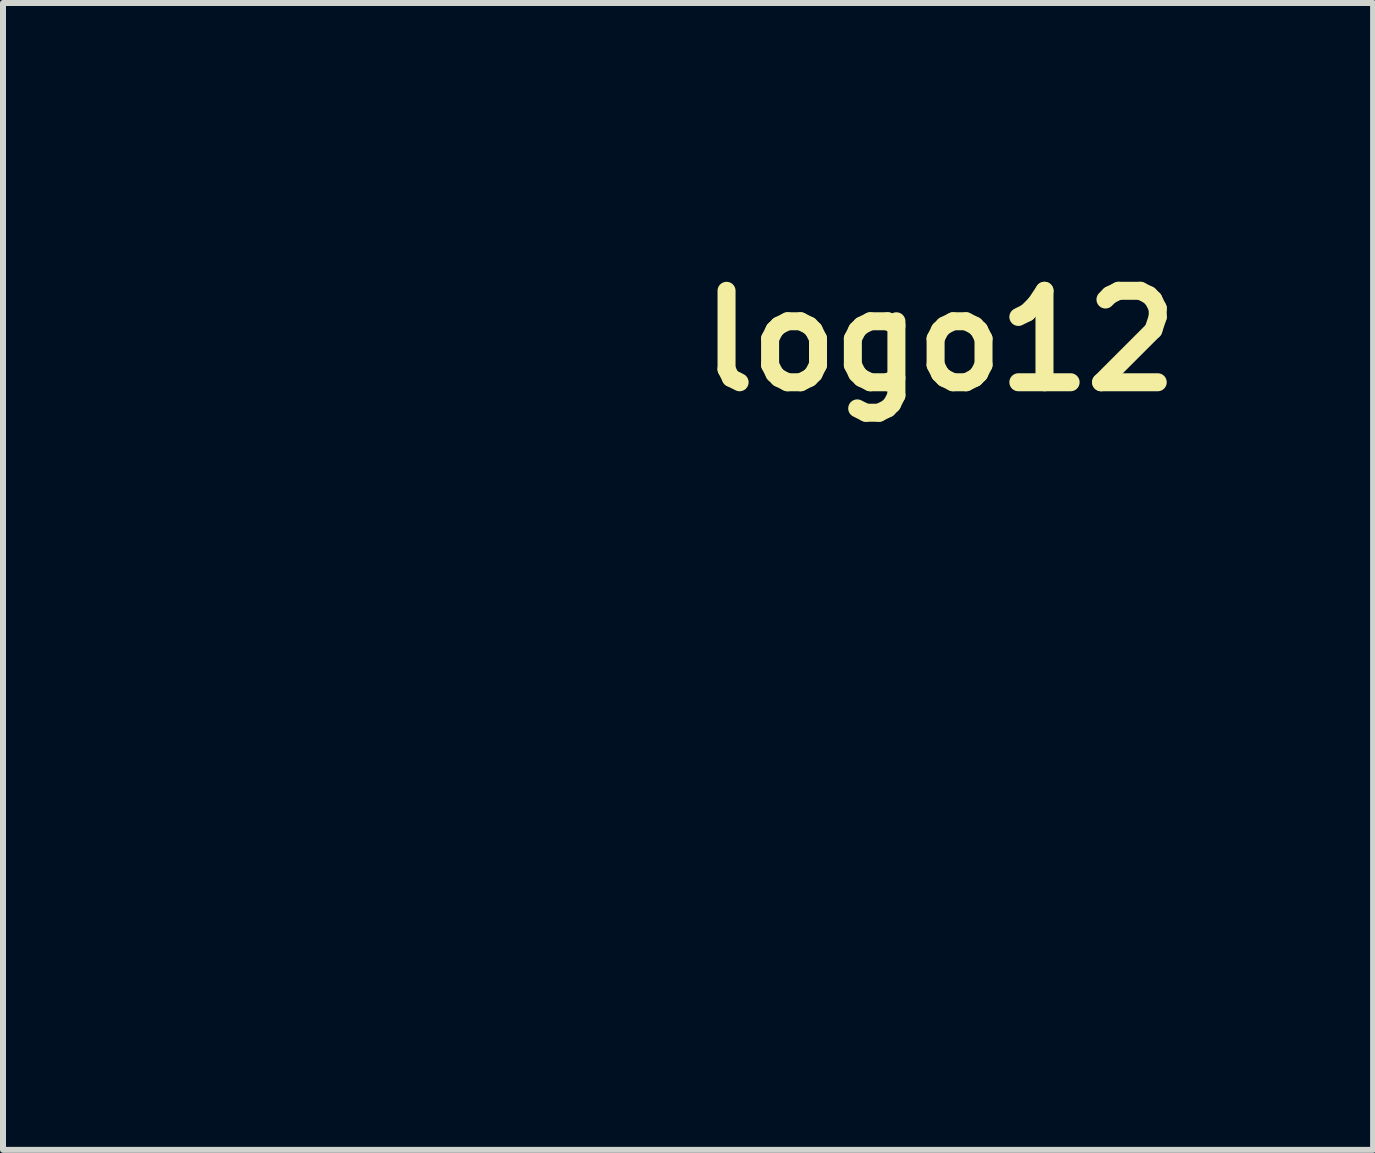
<source format=kicad_pcb>
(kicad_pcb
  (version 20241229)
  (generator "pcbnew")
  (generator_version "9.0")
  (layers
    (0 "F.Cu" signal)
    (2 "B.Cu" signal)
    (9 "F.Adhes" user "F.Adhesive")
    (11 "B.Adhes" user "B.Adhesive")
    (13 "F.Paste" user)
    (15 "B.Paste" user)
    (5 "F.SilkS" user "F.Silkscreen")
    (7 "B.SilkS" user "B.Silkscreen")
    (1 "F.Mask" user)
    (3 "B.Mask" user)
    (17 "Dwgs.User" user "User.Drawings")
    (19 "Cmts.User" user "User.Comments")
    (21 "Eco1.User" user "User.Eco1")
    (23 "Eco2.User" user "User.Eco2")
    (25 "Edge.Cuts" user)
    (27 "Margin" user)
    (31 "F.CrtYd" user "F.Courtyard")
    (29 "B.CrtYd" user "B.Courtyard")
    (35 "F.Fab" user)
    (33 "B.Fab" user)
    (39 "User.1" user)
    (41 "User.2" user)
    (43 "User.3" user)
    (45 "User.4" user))
  (footprint "logo12"
    (layer "F.Cu")
    (at 4.462 6.555)
    (property "Reference" "logo12" (at 8.15 -3.925 0) (layer "F.SilkS") (effects (font (size 1.524 1.524) (thickness 0.3))))
    (attr board_only exclude_from_pos_files exclude_from_bom)
    (fp_poly (pts (xy -0.599 1.303) (xy -0.605 1.326) (xy -0.625 1.329) (xy -0.657 1.314) (xy -0.651 1.303) (xy -0.605 1.298)) (stroke (width 0) (type solid)) (fill yes) (layer "F.Mask"))
    (fp_poly (pts (xy -0.245 -1.86) (xy -0.257 -1.842) (xy -0.296 -1.84) (xy -0.338 -1.849) (xy -0.32 -1.863) (xy -0.259 -1.868)) (stroke (width 0) (type solid)) (fill yes) (layer "F.Mask"))
    (fp_poly (pts (xy -1.277 -2.516) (xy -1.29 -2.507) (xy -1.372 -2.47) (xy -1.474 -2.445) (xy -1.569 -2.434) (xy -1.631 -2.443) (xy -1.641 -2.457) (xy -1.608 -2.489) (xy -1.534 -2.501) (xy -1.411 -2.51) (xy -1.329 -2.524) (xy -1.268 -2.533)) (stroke (width 0) (type solid)) (fill yes) (layer "F.Mask"))
    (fp_poly (pts (xy -0.508 -1.832) (xy -0.423 -1.828) (xy -0.411 -1.819) (xy -0.464 -1.799) (xy -0.469 -1.798) (xy -0.587 -1.771) (xy -0.664 -1.763) (xy -0.727 -1.766) (xy -0.719 -1.787) (xy -0.703 -1.798) (xy -0.625 -1.823) (xy -0.516 -1.832)) (stroke (width 0) (type solid)) (fill yes) (layer "F.Mask"))
    (fp_poly (pts (xy -1.237 -4.086) (xy -1.235 -4.08) (xy -1.214 -3.967) (xy -1.216 -3.828) (xy -1.238 -3.706) (xy -1.252 -3.671) (xy -1.314 -3.605) (xy -1.377 -3.609) (xy -1.42 -3.682) (xy -1.43 -3.79) (xy -1.422 -3.867) (xy -1.399 -3.983) (xy -1.384 -4.054) (xy -1.345 -4.125) (xy -1.287 -4.138)) (stroke (width 0) (type solid)) (fill yes) (layer "F.Mask"))
    (fp_poly (pts (xy 1.232 2.235) (xy 1.216 2.269) (xy 1.156 2.339) (xy 1.07 2.43) (xy 0.973 2.527) (xy 0.88 2.614) (xy 0.807 2.676) (xy 0.771 2.696) (xy 0.758 2.67) (xy 0.77 2.642) (xy 0.815 2.587) (xy 0.895 2.507) (xy 0.992 2.417) (xy 1.092 2.331) (xy 1.175 2.266) (xy 1.225 2.235)) (stroke (width 0) (type solid)) (fill yes) (layer "F.Mask"))
    (fp_poly (pts (xy -0.49 -6.526) (xy -0.423 -6.478) (xy -0.348 -6.396) (xy -0.257 -6.268) (xy -0.142 -6.086) (xy -0.084 -6.015) (xy -0.006 -5.984) (xy 0.089 -5.977) (xy 0.256 -5.962) (xy 0.491 -5.92) (xy 0.795 -5.848) (xy 0.841 -5.837) (xy 0.924 -5.85) (xy 1.032 -5.928) (xy 1.056 -5.951) (xy 1.186 -6.069) (xy 1.3 -6.152) (xy 1.383 -6.192) (xy 1.42 -6.187) (xy 1.432 -6.138) (xy 1.441 -6.032) (xy 1.446 -5.889) (xy 1.446 -5.852) (xy 1.446 -5.544) (xy 1.69 -5.302) (xy 1.822 -5.158) (xy 1.947 -5) (xy 2.041 -4.856) (xy 2.052 -4.836) (xy 2.118 -4.72) (xy 2.177 -4.639) (xy 2.213 -4.611) (xy 2.275 -4.625) (xy 2.374 -4.66) (xy 2.397 -4.67) (xy 2.497 -4.708) (xy 2.567 -4.727) (xy 2.575 -4.728) (xy 2.622 -4.693) (xy 2.638 -4.588) (xy 2.623 -4.416) (xy 2.599 -4.286) (xy 2.538 -3.991) (xy 2.754 -3.549) (xy 2.836 -3.377) (xy 2.904 -3.229) (xy 2.95 -3.121) (xy 2.97 -3.065) (xy 2.97 -3.064) (xy 3.005 -3.041) (xy 3.113 -3.034) (xy 3.263 -3.039) (xy 3.413 -3.047) (xy 3.5 -3.045) (xy 3.543 -3.03) (xy 3.555 -2.999) (xy 3.556 -2.985) (xy 3.536 -2.906) (xy 3.486 -2.801) (xy 3.47 -2.774) (xy 3.377 -2.625) (xy 3.318 -2.512) (xy 3.291 -2.414) (xy 3.295 -2.311) (xy 3.326 -2.179) (xy 3.384 -1.998) (xy 3.395 -1.964) (xy 3.449 -1.795) (xy 3.497 -1.638) (xy 3.529 -1.52) (xy 3.536 -1.49) (xy 3.564 -1.358) (xy 3.746 -1.387) (xy 3.937 -1.414) (xy 4.06 -1.414) (xy 4.121 -1.38) (xy 4.127 -1.303) (xy 4.084 -1.174) (xy 4.012 -1.013) (xy 3.878 -0.727) (xy 3.968 -0.491) (xy 4.032 -0.328) (xy 4.101 -0.161) (xy 4.141 -0.068) (xy 4.193 0.04) (xy 4.24 0.095) (xy 4.308 0.115) (xy 4.413 0.117) (xy 4.629 0.127) (xy 4.771 0.157) (xy 4.839 0.206) (xy 4.846 0.232) (xy 4.826 0.297) (xy 4.776 0.405) (xy 4.706 0.529) (xy 4.632 0.659) (xy 4.597 0.746) (xy 4.595 0.811) (xy 4.609 0.85) (xy 4.668 0.955) (xy 4.766 1.097) (xy 4.885 1.257) (xy 5.012 1.413) (xy 5.13 1.546) (xy 5.136 1.553) (xy 5.295 1.718) (xy 5.47 1.599) (xy 5.582 1.521) (xy 5.674 1.452) (xy 5.708 1.424) (xy 5.788 1.377) (xy 5.835 1.368) (xy 5.875 1.38) (xy 5.896 1.423) (xy 5.898 1.507) (xy 5.881 1.64) (xy 5.844 1.832) (xy 5.804 2.015) (xy 5.793 2.094) (xy 5.818 2.142) (xy 5.896 2.186) (xy 5.927 2.199) (xy 6.068 2.252) (xy 6.221 2.3) (xy 6.243 2.306) (xy 6.428 2.368) (xy 6.571 2.445) (xy 6.659 2.531) (xy 6.682 2.597) (xy 6.645 2.713) (xy 6.54 2.826) (xy 6.378 2.932) (xy 6.168 3.023) (xy 5.922 3.095) (xy 5.723 3.132) (xy 5.58 3.147) (xy 5.371 3.159) (xy 5.11 3.168) (xy 4.807 3.176) (xy 4.477 3.181) (xy 4.131 3.184) (xy 3.783 3.184) (xy 3.444 3.181) (xy 3.127 3.176) (xy 2.844 3.168) (xy 2.609 3.158) (xy 2.515 3.151) (xy 2.08 3.118) (xy 2.031 3.269) (xy 1.985 3.387) (xy 1.937 3.484) (xy 1.929 3.496) (xy 1.886 3.59) (xy 1.876 3.65) (xy 1.85 3.739) (xy 1.814 3.794) (xy 1.776 3.847) (xy 1.801 3.876) (xy 1.838 3.889) (xy 1.908 3.891) (xy 1.989 3.846) (xy 2.065 3.779) (xy 2.215 3.639) (xy 2.324 3.544) (xy 2.408 3.484) (xy 2.483 3.45) (xy 2.563 3.431) (xy 2.599 3.425) (xy 2.738 3.396) (xy 2.864 3.354) (xy 2.89 3.342) (xy 3.059 3.291) (xy 3.273 3.282) (xy 3.512 3.311) (xy 3.759 3.377) (xy 3.993 3.476) (xy 4.034 3.497) (xy 4.168 3.59) (xy 4.313 3.718) (xy 4.448 3.86) (xy 4.549 3.992) (xy 4.582 4.051) (xy 4.624 4.12) (xy 4.653 4.142) (xy 4.684 4.178) (xy 4.722 4.271) (xy 4.762 4.403) (xy 4.797 4.555) (xy 4.822 4.707) (xy 4.824 4.728) (xy 4.831 4.974) (xy 4.803 5.241) (xy 4.747 5.498) (xy 4.667 5.711) (xy 4.665 5.716) (xy 4.529 5.925) (xy 4.342 6.13) (xy 4.126 6.31) (xy 3.918 6.435) (xy 3.806 6.485) (xy 3.701 6.518) (xy 3.583 6.537) (xy 3.426 6.548) (xy 3.263 6.553) (xy 3.077 6.554) (xy 2.912 6.549) (xy 2.789 6.54) (xy 2.735 6.53) (xy 2.469 6.419) (xy 2.213 6.268) (xy 1.984 6.091) (xy 1.799 5.9) (xy 1.674 5.708) (xy 1.67 5.699) (xy 1.609 5.584) (xy 1.56 5.535) (xy 1.524 5.536) (xy 1.458 5.551) (xy 1.338 5.564) (xy 1.189 5.572) (xy 1.172 5.573) (xy 0.975 5.584) (xy 0.76 5.605) (xy 0.606 5.626) (xy 0.405 5.647) (xy 0.192 5.653) (xy -0.016 5.644) (xy -0.199 5.621) (xy -0.34 5.587) (xy -0.41 5.55) (xy -0.508 5.489) (xy 2.345 5.489) (xy 2.376 5.564) (xy 2.458 5.659) (xy 2.571 5.757) (xy 2.696 5.843) (xy 2.813 5.901) (xy 2.853 5.913) (xy 3.028 5.928) (xy 3.243 5.916) (xy 3.463 5.882) (xy 3.658 5.829) (xy 3.738 5.796) (xy 3.85 5.733) (xy 3.93 5.665) (xy 3.999 5.567) (xy 4.068 5.437) (xy 4.173 5.166) (xy 4.205 4.907) (xy 4.165 4.645) (xy 4.073 4.405) (xy 3.968 4.218) (xy 3.854 4.093) (xy 3.711 4.017) (xy 3.518 3.975) (xy 3.464 3.968) (xy 3.285 3.962) (xy 3.101 3.976) (xy 2.936 4.007) (xy 2.815 4.051) (xy 2.787 4.07) (xy 2.766 4.123) (xy 2.803 4.177) (xy 2.88 4.214) (xy 2.932 4.22) (xy 3.058 4.25) (xy 3.199 4.328) (xy 3.326 4.436) (xy 3.39 4.515) (xy 3.456 4.675) (xy 3.479 4.865) (xy 3.456 5.05) (xy 3.41 5.163) (xy 3.322 5.251) (xy 3.192 5.319) (xy 3.057 5.35) (xy 2.999 5.347) (xy 2.931 5.347) (xy 2.814 5.356) (xy 2.674 5.371) (xy 2.539 5.39) (xy 2.435 5.409) (xy 2.401 5.419) (xy 2.35 5.465) (xy 2.345 5.489) (xy -0.508 5.489) (xy -0.511 5.487) (xy -0.593 5.456) (xy -0.66 5.425) (xy -0.725 5.354) (xy -0.8 5.231) (xy -0.838 5.158) (xy -0.935 4.93) (xy -0.972 4.736) (xy -0.798 4.736) (xy -0.76 4.948) (xy -0.675 5.119) (xy -0.549 5.239) (xy -0.398 5.296) (xy -0.283 5.319) (xy -0.192 5.344) (xy -0.185 5.346) (xy -0.111 5.357) (xy 0.031 5.363) (xy 0.233 5.363) (xy 0.487 5.357) (xy 0.781 5.347) (xy 1.109 5.332) (xy 1.368 5.317) (xy 1.694 5.295) (xy 2.01 5.27) (xy 2.309 5.242) (xy 2.579 5.213) (xy 2.813 5.183) (xy 3 5.154) (xy 3.131 5.128) (xy 3.198 5.104) (xy 3.204 5.096) (xy 3.235 5.038) (xy 3.253 5.028) (xy 3.279 5.01) (xy 3.255 5.005) (xy 3.193 5.03) (xy 3.185 5.041) (xy 3.125 5.074) (xy 3.034 5.075) (xy 2.952 5.045) (xy 2.939 5.033) (xy 2.899 4.947) (xy 2.898 4.837) (xy 2.934 4.745) (xy 2.95 4.729) (xy 3.041 4.698) (xy 3.143 4.723) (xy 3.226 4.796) (xy 3.238 4.815) (xy 3.266 4.864) (xy 3.275 4.852) (xy 3.268 4.773) (xy 3.266 4.753) (xy 3.237 4.635) (xy 3.192 4.542) (xy 3.184 4.532) (xy 3.106 4.477) (xy 2.981 4.42) (xy 2.84 4.371) (xy 2.712 4.342) (xy 2.664 4.338) (xy 2.578 4.323) (xy 2.467 4.287) (xy 2.451 4.28) (xy 2.358 4.251) (xy 2.209 4.214) (xy 2.026 4.174) (xy 1.852 4.141) (xy 1.668 4.107) (xy 1.511 4.072) (xy 1.397 4.042) (xy 1.344 4.021) (xy 1.282 3.991) (xy 1.168 3.95) (xy 1.028 3.906) (xy 0.884 3.867) (xy 0.763 3.839) (xy 0.694 3.83) (xy 0.636 3.861) (xy 0.625 3.907) (xy 0.597 3.978) (xy 0.529 4.045) (xy 0.451 4.087) (xy 0.392 4.085) (xy 0.356 4.083) (xy 0.351 4.131) (xy 0.371 4.209) (xy 0.414 4.296) (xy 0.449 4.345) (xy 0.531 4.488) (xy 0.535 4.636) (xy 0.461 4.79) (xy 0.453 4.802) (xy 0.337 4.938) (xy 0.23 5.013) (xy 0.113 5.039) (xy 0.095 5.04) (xy -0.039 5.003) (xy -0.16 4.891) (xy -0.233 4.773) (xy -0.262 4.646) (xy -0.243 4.497) (xy -0.183 4.362) (xy -0.154 4.326) (xy -0.152 4.323) (xy 0.086 4.323) (xy 0.096 4.403) (xy 0.123 4.487) (xy 0.153 4.5) (xy 0.178 4.451) (xy 0.193 4.347) (xy 0.194 4.298) (xy 0.184 4.189) (xy 0.16 4.109) (xy 0.158 4.105) (xy 0.126 4.087) (xy 0.101 4.13) (xy 0.087 4.214) (xy 0.086 4.323) (xy -0.152 4.323) (xy -0.086 4.224) (xy -0.091 4.143) (xy -0.167 4.091) (xy -0.195 4.084) (xy -0.282 4.049) (xy -0.312 3.985) (xy -0.313 3.963) (xy -0.33 3.888) (xy -0.381 3.879) (xy -0.47 3.938) (xy -0.551 4.016) (xy -0.649 4.121) (xy -0.709 4.202) (xy -0.744 4.288) (xy -0.77 4.408) (xy -0.785 4.495) (xy -0.798 4.736) (xy -0.972 4.736) (xy -0.974 4.727) (xy -0.956 4.525) (xy -0.884 4.303) (xy -0.791 4.074) (xy -0.987 3.903) (xy -1.143 3.763) (xy -1.304 3.612) (xy -1.461 3.461) (xy -1.603 3.319) (xy -1.72 3.198) (xy -1.801 3.107) (xy -1.836 3.056) (xy -1.837 3.053) (xy -1.825 3.017) (xy -1.785 3.017) (xy -1.713 3.057) (xy -1.602 3.141) (xy -1.446 3.271) (xy -1.241 3.453) (xy -1.235 3.458) (xy -1.069 3.606) (xy -0.922 3.733) (xy -0.804 3.831) (xy -0.726 3.892) (xy -0.698 3.908) (xy -0.65 3.878) (xy -0.637 3.815) (xy -0.664 3.755) (xy -0.678 3.744) (xy -0.753 3.693) (xy -0.818 3.639) (xy -0.542 3.639) (xy -0.529 3.671) (xy -0.472 3.711) (xy -0.415 3.68) (xy -0.41 3.673) (xy -0.419 3.629) (xy -0.449 3.61) (xy -0.519 3.602) (xy -0.542 3.639) (xy -0.818 3.639) (xy -0.838 3.622) (xy -0.878 3.588) (xy 0.802 3.588) (xy 0.813 3.622) (xy 0.864 3.658) (xy 0.963 3.701) (xy 1.036 3.726) (xy 1.235 3.786) (xy 1.378 3.817) (xy 1.48 3.819) (xy 1.559 3.787) (xy 1.631 3.72) (xy 1.707 3.624) (xy 1.81 3.475) (xy 1.894 3.332) (xy 1.95 3.213) (xy 1.971 3.133) (xy 1.964 3.111) (xy 1.918 3.102) (xy 1.81 3.094) (xy 1.656 3.089) (xy 1.471 3.087) (xy 1.463 3.087) (xy 0.985 3.087) (xy 0.909 3.215) (xy 0.845 3.35) (xy 0.807 3.483) (xy 0.802 3.588) (xy -0.878 3.588) (xy -0.925 3.547) (xy -1.039 3.451) (xy -1.102 3.4) (xy -1.229 3.291) (xy -1.371 3.164) (xy -1.444 3.094) (xy -1.505 3.028) (xy -1.341 3.028) (xy -1.13 3.191) (xy -1.021 3.273) (xy -0.938 3.333) (xy -0.899 3.357) (xy -0.898 3.357) (xy -0.865 3.331) (xy -0.826 3.277) (xy -0.798 3.213) (xy -0.816 3.158) (xy -0.869 3.099) (xy -0.944 3.039) (xy -1.031 3.015) (xy -1.153 3.016) (xy -1.341 3.028) (xy -1.505 3.028) (xy -1.541 2.99) (xy -1.575 2.92) (xy -1.542 2.879) (xy -1.438 2.861) (xy -1.297 2.858) (xy -1.161 2.857) (xy -1.09 2.848) (xy -1.071 2.825) (xy -1.087 2.785) (xy -1.14 2.762) (xy -1.26 2.742) (xy -1.434 2.73) (xy -1.486 2.728) (xy -1.856 2.715) (xy -1.845 2.085) (xy -1.684 2.085) (xy -1.684 2.254) (xy -1.683 2.403) (xy -1.682 2.515) (xy -1.681 2.569) (xy -1.681 2.571) (xy -1.645 2.576) (xy -1.552 2.575) (xy -1.436 2.571) (xy -1.192 2.56) (xy -1.205 2.406) (xy -1.252 2.24) (xy -1.331 2.113) (xy -1.413 1.998) (xy -1.506 1.853) (xy -1.561 1.758) (xy -1.621 1.658) (xy -1.665 1.602) (xy -1.682 1.602) (xy -1.683 1.656) (xy -1.683 1.767) (xy -1.684 1.917) (xy -1.684 2.085) (xy -1.845 2.085) (xy -1.842 1.861) (xy -1.837 1.576) (xy -1.836 1.361) (xy -1.838 1.207) (xy -1.844 1.105) (xy -1.854 1.047) (xy -1.869 1.024) (xy -1.881 1.024) (xy -1.899 1.046) (xy -1.915 1.104) (xy -1.928 1.206) (xy -1.939 1.36) (xy -1.95 1.575) (xy -1.96 1.858) (xy -1.962 1.913) (xy -1.971 2.2) (xy -1.98 2.419) (xy -1.99 2.581) (xy -2.002 2.696) (xy -2.016 2.774) (xy -2.034 2.826) (xy -2.058 2.862) (xy -2.063 2.868) (xy -2.117 2.948) (xy -2.18 3.072) (xy -2.228 3.185) (xy -2.307 3.38) (xy -2.399 3.595) (xy -2.497 3.815) (xy -2.593 4.026) (xy -2.682 4.211) (xy -2.755 4.356) (xy -2.806 4.445) (xy -2.81 4.45) (xy -2.877 4.563) (xy -2.884 4.629) (xy -2.832 4.65) (xy -2.787 4.615) (xy -2.719 4.513) (xy -2.632 4.351) (xy -2.578 4.241) (xy -2.501 4.078) (xy -2.439 3.94) (xy -2.397 3.843) (xy -2.384 3.804) (xy -2.365 3.755) (xy -2.317 3.658) (xy -2.248 3.529) (xy -2.166 3.385) (xy -2.083 3.24) (xy -2.006 3.113) (xy -1.945 3.018) (xy -1.91 2.972) (xy -1.906 2.97) (xy -1.883 2.979) (xy -1.881 3.015) (xy -1.905 3.092) (xy -1.957 3.224) (xy -1.973 3.263) (xy -2.023 3.39) (xy -2.058 3.489) (xy -2.07 3.536) (xy -2.039 3.577) (xy -1.961 3.636) (xy -1.914 3.665) (xy -1.762 3.782) (xy -1.608 3.949) (xy -1.471 4.143) (xy -1.37 4.34) (xy -1.347 4.404) (xy -1.303 4.632) (xy -1.294 4.899) (xy -1.319 5.177) (xy -1.376 5.436) (xy -1.407 5.529) (xy -1.548 5.79) (xy -1.754 6.031) (xy -2.017 6.239) (xy -2.22 6.357) (xy -2.347 6.419) (xy -2.446 6.461) (xy -2.538 6.486) (xy -2.645 6.5) (xy -2.785 6.505) (xy -2.981 6.506) (xy -3.009 6.506) (xy -3.222 6.505) (xy -3.374 6.498) (xy -3.483 6.485) (xy -3.568 6.462) (xy -3.645 6.427) (xy -3.656 6.421) (xy -3.88 6.271) (xy -4.09 6.075) (xy -4.259 5.859) (xy -4.317 5.759) (xy -4.369 5.65) (xy -4.404 5.552) (xy -4.426 5.444) (xy -4.439 5.303) (xy -4.447 5.108) (xy -4.447 5.103) (xy -3.869 5.103) (xy -3.841 5.309) (xy -3.781 5.472) (xy -3.718 5.565) (xy -3.662 5.62) (xy -3.644 5.627) (xy -3.598 5.648) (xy -3.595 5.659) (xy -3.562 5.69) (xy -3.479 5.739) (xy -3.366 5.795) (xy -3.246 5.846) (xy -3.165 5.876) (xy -3.03 5.896) (xy -2.853 5.891) (xy -2.669 5.862) (xy -2.595 5.843) (xy -2.463 5.793) (xy -2.352 5.734) (xy -2.316 5.706) (xy -2.244 5.649) (xy -2.195 5.627) (xy -2.155 5.597) (xy -2.091 5.521) (xy -2.05 5.462) (xy -1.997 5.374) (xy -1.964 5.291) (xy -1.947 5.19) (xy -1.94 5.048) (xy -1.939 4.944) (xy -1.94 4.763) (xy -1.952 4.634) (xy -1.978 4.531) (xy -2.023 4.428) (xy -2.039 4.396) (xy -2.114 4.268) (xy -2.191 4.155) (xy -2.229 4.109) (xy -2.289 4.058) (xy -2.34 4.054) (xy -2.393 4.105) (xy -2.459 4.218) (xy -2.49 4.279) (xy -2.588 4.483) (xy -2.651 4.639) (xy -2.685 4.766) (xy -2.696 4.883) (xy -2.696 4.901) (xy -2.706 5.021) (xy -2.743 5.094) (xy -2.793 5.134) (xy -2.927 5.189) (xy -3.044 5.181) (xy -3.135 5.121) (xy -3.191 5.024) (xy -3.203 4.91) (xy -3.105 4.91) (xy -3.098 5.005) (xy -3.037 5.066) (xy -2.941 5.085) (xy -2.831 5.052) (xy -2.818 5.045) (xy -2.78 4.982) (xy -2.792 4.898) (xy -2.843 4.822) (xy -2.91 4.784) (xy -3.012 4.775) (xy -3.072 4.822) (xy -3.105 4.91) (xy -3.203 4.91) (xy -3.204 4.903) (xy -3.164 4.772) (xy -3.091 4.672) (xy -3.002 4.562) (xy -2.916 4.43) (xy -2.842 4.293) (xy -2.789 4.17) (xy -2.767 4.079) (xy -2.774 4.045) (xy -2.838 4.02) (xy -2.949 4.019) (xy -3.083 4.037) (xy -3.213 4.071) (xy -3.315 4.117) (xy -3.332 4.129) (xy -3.462 4.247) (xy -3.595 4.392) (xy -3.712 4.541) (xy -3.794 4.67) (xy -3.81 4.702) (xy -3.858 4.889) (xy -3.869 5.103) (xy -4.447 5.103) (xy -4.448 5.08) (xy -4.462 4.631) (xy -4.312 4.351) (xy -4.151 4.093) (xy -3.964 3.861) (xy -3.769 3.676) (xy -3.658 3.597) (xy -3.415 3.485) (xy -3.134 3.414) (xy -2.848 3.391) (xy -2.596 3.418) (xy -2.534 3.429) (xy -2.489 3.417) (xy -2.448 3.37) (xy -2.398 3.273) (xy -2.352 3.175) (xy -2.292 3.04) (xy -2.248 2.932) (xy -2.228 2.87) (xy -2.227 2.866) (xy -2.266 2.851) (xy -2.38 2.841) (xy -2.566 2.838) (xy -2.822 2.84) (xy -2.921 2.842) (xy -3.148 2.845) (xy -3.35 2.844) (xy -3.512 2.84) (xy -3.622 2.832) (xy -3.664 2.823) (xy -3.7 2.761) (xy -3.731 2.64) (xy -3.756 2.477) (xy -3.766 2.381) (xy -3.602 2.381) (xy -3.599 2.48) (xy -3.586 2.604) (xy -3.558 2.668) (xy -3.498 2.692) (xy -3.397 2.696) (xy -3.298 2.692) (xy -3.255 2.666) (xy -3.244 2.6) (xy -3.244 2.569) (xy -3.253 2.423) (xy -3.087 2.423) (xy -3.08 2.567) (xy -3.05 2.649) (xy -2.982 2.687) (xy -2.862 2.696) (xy -2.848 2.696) (xy -2.738 2.695) (xy -2.667 2.69) (xy -2.654 2.687) (xy -2.646 2.637) (xy -2.479 2.637) (xy -2.449 2.682) (xy -2.361 2.692) (xy -2.307 2.688) (xy -2.227 2.678) (xy -2.184 2.652) (xy -2.166 2.588) (xy -2.157 2.469) (xy -2.145 2.261) (xy -2.294 2.274) (xy -2.392 2.289) (xy -2.431 2.322) (xy -2.434 2.364) (xy -2.44 2.461) (xy -2.46 2.546) (xy -2.479 2.637) (xy -2.646 2.637) (xy -2.639 2.596) (xy -2.631 2.481) (xy -2.632 2.37) (xy -2.641 2.291) (xy -2.65 2.271) (xy -2.709 2.259) (xy -2.816 2.257) (xy -2.888 2.26) (xy -3.087 2.274) (xy -3.087 2.423) (xy -3.253 2.423) (xy -3.253 2.415) (xy -3.286 2.322) (xy -3.352 2.274) (xy -3.425 2.258) (xy -3.529 2.257) (xy -3.584 2.293) (xy -3.602 2.381) (xy -3.766 2.381) (xy -3.774 2.293) (xy -3.783 2.114) (xy -3.126 2.114) (xy -2.862 2.102) (xy -2.599 2.091) (xy -2.586 1.944) (xy -2.586 1.849) (xy -2.588 1.843) (xy -2.45 1.843) (xy -2.445 1.925) (xy -2.432 2.021) (xy -2.426 2.08) (xy -2.425 2.081) (xy -2.389 2.1) (xy -2.304 2.11) (xy -2.287 2.11) (xy -2.189 2.1) (xy -2.141 2.057) (xy -2.127 2.016) (xy -2.113 1.899) (xy -2.131 1.814) (xy -2.176 1.782) (xy -2.179 1.782) (xy -2.251 1.787) (xy -2.344 1.792) (xy -2.423 1.803) (xy -2.45 1.843) (xy -2.588 1.843) (xy -2.6 1.797) (xy -2.606 1.794) (xy -2.722 1.786) (xy -2.855 1.782) (xy -2.978 1.782) (xy -3.062 1.787) (xy -3.077 1.79) (xy -3.11 1.837) (xy -3.126 1.936) (xy -3.126 1.96) (xy -3.126 2.114) (xy -3.783 2.114) (xy -3.783 2.105) (xy -3.783 1.931) (xy -3.782 1.916) (xy -3.65 1.916) (xy -3.632 2.035) (xy -3.571 2.093) (xy -3.455 2.103) (xy -3.445 2.103) (xy -3.349 2.087) (xy -3.306 2.048) (xy -3.289 1.96) (xy -3.289 1.959) (xy -3.29 1.847) (xy -3.328 1.791) (xy -3.418 1.782) (xy -3.495 1.792) (xy -3.596 1.816) (xy -3.641 1.855) (xy -3.65 1.916) (xy -3.782 1.916) (xy -3.772 1.79) (xy -3.749 1.701) (xy -3.736 1.684) (xy -3.673 1.665) (xy -3.532 1.65) (xy -3.313 1.639) (xy -3.016 1.632) (xy -2.886 1.63) (xy -2.091 1.622) (xy -2.079 1.317) (xy -2.076 1.154) (xy -2.085 1.045) (xy -2.11 0.97) (xy -2.148 0.912) (xy -2.203 0.828) (xy -2.227 0.765) (xy -2.227 0.763) (xy -2.259 0.714) (xy -2.325 0.671) (xy -2.352 0.652) (xy -2.054 0.652) (xy -2.03 0.776) (xy -2.013 0.805) (xy -1.934 0.885) (xy -1.855 0.888) (xy -1.799 0.842) (xy -1.747 0.733) (xy -1.736 0.604) (xy -1.768 0.495) (xy -1.773 0.489) (xy -1.826 0.438) (xy -1.892 0.444) (xy -1.925 0.458) (xy -2.017 0.537) (xy -2.054 0.652) (xy -2.352 0.652) (xy -2.393 0.624) (xy -2.419 0.547) (xy -2.422 0.48) (xy -2.389 0.288) (xy -2.291 0.14) (xy -2.128 0.034) (xy -1.966 -0.017) (xy -1.905 -0.034) (xy -1.866 -0.066) (xy -1.839 -0.129) (xy -1.816 -0.24) (xy -1.799 -0.344) (xy -1.698 -0.793) (xy -1.54 -1.232) (xy -1.444 -1.437) (xy -1.385 -1.561) (xy -1.346 -1.655) (xy -1.337 -1.701) (xy -1.337 -1.702) (xy -1.383 -1.718) (xy -1.484 -1.741) (xy -1.606 -1.764) (xy -1.882 -1.835) (xy -2.102 -1.95) (xy -2.281 -2.121) (xy -2.434 -2.358) (xy -2.444 -2.377) (xy -2.53 -2.625) (xy -2.547 -2.857) (xy -2.427 -2.857) (xy -2.421 -2.665) (xy -2.399 -2.524) (xy -2.357 -2.409) (xy -2.351 -2.398) (xy -2.192 -2.172) (xy -1.981 -2) (xy -1.727 -1.889) (xy -1.602 -1.861) (xy -1.463 -1.833) (xy -1.329 -1.798) (xy -1.199 -1.769) (xy -1.076 -1.753) (xy -1.075 -1.753) (xy -0.957 -1.747) (xy -1.065 -1.73) (xy -1.173 -1.677) (xy -1.278 -1.557) (xy -1.375 -1.381) (xy -1.431 -1.232) (xy -1.473 -1.113) (xy -1.509 -1.024) (xy -1.524 -0.996) (xy -1.561 -0.921) (xy -1.604 -0.793) (xy -1.648 -0.639) (xy -1.684 -0.483) (xy -1.702 -0.381) (xy -1.706 -0.217) (xy -1.664 -0.116) (xy -1.575 -0.078) (xy -1.563 -0.078) (xy -1.49 -0.097) (xy -1.364 -0.149) (xy -1.199 -0.226) (xy -1.01 -0.321) (xy -0.812 -0.426) (xy -0.617 -0.534) (xy -0.441 -0.638) (xy -0.298 -0.729) (xy -0.234 -0.775) (xy -0.116 -0.863) (xy -0.023 -0.926) (xy 0.03 -0.954) (xy 0.036 -0.954) (xy 0.027 -0.913) (xy -0.039 -0.842) (xy -0.15 -0.75) (xy -0.296 -0.645) (xy -0.466 -0.534) (xy -0.647 -0.425) (xy -0.829 -0.328) (xy -0.875 -0.305) (xy -1.025 -0.232) (xy -1.169 -0.16) (xy -1.258 -0.115) (xy -1.368 -0.071) (xy -1.523 -0.023) (xy -1.692 0.019) (xy -1.706 0.022) (xy -1.946 0.08) (xy -2.117 0.142) (xy -2.228 0.216) (xy -2.288 0.306) (xy -2.306 0.416) (xy -2.294 0.511) (xy -2.254 0.541) (xy -2.178 0.507) (xy -2.103 0.449) (xy -1.96 0.369) (xy -1.856 0.352) (xy -1.764 0.362) (xy -1.712 0.409) (xy -1.681 0.485) (xy -1.639 0.579) (xy -1.592 0.635) (xy -1.587 0.638) (xy -1.519 0.645) (xy -1.391 0.642) (xy -1.221 0.632) (xy -1.025 0.615) (xy -0.821 0.594) (xy -0.626 0.569) (xy -0.458 0.543) (xy -0.371 0.526) (xy -0.19 0.476) (xy 0.001 0.41) (xy 0.127 0.357) (xy 0.242 0.304) (xy 0.323 0.274) (xy 0.352 0.272) (xy 0.318 0.307) (xy 0.23 0.359) (xy 0.106 0.419) (xy -0.033 0.479) (xy -0.169 0.529) (xy -0.283 0.563) (xy -0.313 0.568) (xy -0.456 0.598) (xy -0.541 0.645) (xy -0.588 0.722) (xy -0.608 0.794) (xy -0.641 0.901) (xy -0.684 0.977) (xy -0.736 1.063) (xy -0.76 1.123) (xy -0.803 1.198) (xy -0.86 1.198) (xy -0.927 1.125) (xy -0.974 1.041) (xy -1.063 0.883) (xy -1.152 0.789) (xy -1.262 0.744) (xy -1.323 0.742) (xy -1.006 0.742) (xy -0.998 0.808) (xy -0.935 0.923) (xy -0.933 0.926) (xy -0.875 1.007) (xy -0.829 1.025) (xy -0.784 0.977) (xy -0.728 0.86) (xy -0.724 0.85) (xy -0.663 0.703) (xy -0.84 0.703) (xy -0.955 0.711) (xy -1.006 0.742) (xy -1.323 0.742) (xy -1.411 0.738) (xy -1.415 0.738) (xy -1.575 0.76) (xy -1.663 0.809) (xy -1.667 0.813) (xy -1.702 0.905) (xy -1.717 1.035) (xy -1.709 1.166) (xy -1.687 1.241) (xy -1.555 1.515) (xy -1.449 1.723) (xy -1.365 1.869) (xy -1.299 1.958) (xy -1.244 1.994) (xy -1.197 1.984) (xy -1.152 1.93) (xy -1.104 1.839) (xy -1.094 1.818) (xy -1.029 1.696) (xy -0.945 1.572) (xy -0.858 1.464) (xy -0.782 1.39) (xy -0.737 1.368) (xy -0.74 1.396) (xy -0.782 1.47) (xy -0.854 1.575) (xy -0.861 1.585) (xy -1.011 1.824) (xy -1.094 2.052) (xy -1.109 2.281) (xy -1.057 2.522) (xy -0.937 2.787) (xy -0.878 2.89) (xy -0.788 3.044) (xy -0.734 3.148) (xy -0.713 3.218) (xy -0.721 3.271) (xy -0.752 3.324) (xy -0.763 3.338) (xy -0.799 3.397) (xy -0.802 3.441) (xy -0.762 3.471) (xy -0.674 3.49) (xy -0.529 3.497) (xy -0.32 3.496) (xy -0.085 3.49) (xy 0.134 3.48) (xy 0.327 3.469) (xy 0.479 3.455) (xy 0.577 3.441) (xy 0.606 3.432) (xy 0.626 3.377) (xy 0.641 3.268) (xy 0.647 3.149) (xy 0.742 3.149) (xy 0.765 3.192) (xy 0.812 3.185) (xy 0.851 3.133) (xy 0.834 3.094) (xy 0.804 3.087) (xy 0.751 3.119) (xy 0.742 3.149) (xy 0.647 3.149) (xy 0.648 3.133) (xy 0.656 2.986) (xy 0.674 2.862) (xy 0.695 2.793) (xy 0.729 2.74) (xy 0.74 2.756) (xy 0.741 2.799) (xy 0.747 2.853) (xy 0.768 2.895) (xy 0.814 2.927) (xy 0.893 2.952) (xy 1.014 2.971) (xy 1.185 2.985) (xy 1.417 2.998) (xy 1.717 3.009) (xy 1.748 3.011) (xy 2.167 3.027) (xy 2.511 3.044) (xy 2.784 3.061) (xy 2.989 3.079) (xy 3.129 3.098) (xy 3.204 3.116) (xy 3.272 3.126) (xy 3.401 3.131) (xy 3.577 3.133) (xy 3.781 3.13) (xy 3.999 3.125) (xy 4.214 3.117) (xy 4.409 3.106) (xy 4.57 3.093) (xy 4.631 3.086) (xy 4.778 3.068) (xy 4.977 3.049) (xy 5.202 3.03) (xy 5.428 3.013) (xy 5.432 3.013) (xy 5.766 2.979) (xy 6.049 2.929) (xy 6.276 2.864) (xy 6.442 2.786) (xy 6.539 2.697) (xy 6.565 2.617) (xy 6.526 2.551) (xy 6.41 2.492) (xy 6.235 2.443) (xy 6.126 2.409) (xy 5.996 2.357) (xy 5.963 2.342) (xy 5.777 2.283) (xy 5.627 2.272) (xy 5.499 2.266) (xy 5.391 2.244) (xy 5.365 2.234) (xy 5.294 2.161) (xy 5.237 2.047) (xy 5.224 1.994) (xy 5.353 1.994) (xy 5.373 2.071) (xy 5.394 2.113) (xy 5.456 2.184) (xy 5.523 2.178) (xy 5.593 2.097) (xy 5.657 1.962) (xy 5.711 1.803) (xy 5.74 1.68) (xy 5.742 1.605) (xy 5.715 1.588) (xy 5.695 1.599) (xy 5.532 1.735) (xy 5.425 1.838) (xy 5.367 1.92) (xy 5.353 1.994) (xy 5.224 1.994) (xy 5.208 1.927) (xy 5.215 1.846) (xy 5.207 1.781) (xy 5.137 1.688) (xy 5.072 1.623) (xy 4.855 1.401) (xy 4.671 1.178) (xy 4.561 1.012) (xy 4.482 0.911) (xy 4.39 0.839) (xy 4.371 0.831) (xy 4.248 0.745) (xy 4.157 0.604) (xy 4.109 0.425) (xy 4.107 0.402) (xy 4.22 0.402) (xy 4.24 0.519) (xy 4.288 0.624) (xy 4.351 0.691) (xy 4.389 0.703) (xy 4.433 0.672) (xy 4.502 0.593) (xy 4.562 0.508) (xy 4.63 0.401) (xy 4.676 0.322) (xy 4.689 0.294) (xy 4.654 0.283) (xy 4.561 0.276) (xy 4.455 0.274) (xy 4.22 0.274) (xy 4.22 0.402) (xy 4.107 0.402) (xy 4.103 0.341) (xy 4.089 0.208) (xy 4.051 0.03) (xy 3.998 -0.166) (xy 3.936 -0.354) (xy 3.874 -0.509) (xy 3.837 -0.576) (xy 3.757 -0.647) (xy 3.688 -0.664) (xy 3.592 -0.691) (xy 3.514 -0.745) (xy 3.473 -0.796) (xy 3.45 -0.86) (xy 3.441 -0.958) (xy 3.441 -1.006) (xy 3.517 -1.006) (xy 3.537 -0.868) (xy 3.591 -0.795) (xy 3.668 -0.789) (xy 3.757 -0.851) (xy 3.843 -0.972) (xy 3.9 -1.086) (xy 3.938 -1.174) (xy 3.947 -1.207) (xy 3.915 -1.243) (xy 3.829 -1.245) (xy 3.705 -1.214) (xy 3.652 -1.194) (xy 3.561 -1.145) (xy 3.523 -1.082) (xy 3.517 -1.006) (xy 3.441 -1.006) (xy 3.442 -1.11) (xy 3.443 -1.146) (xy 3.439 -1.382) (xy 3.408 -1.592) (xy 3.363 -1.758) (xy 3.304 -1.945) (xy 3.258 -2.069) (xy 3.217 -2.142) (xy 3.174 -2.178) (xy 3.121 -2.188) (xy 3.109 -2.188) (xy 3.024 -2.214) (xy 2.923 -2.279) (xy 2.89 -2.307) (xy 2.763 -2.426) (xy 2.78 -2.671) (xy 2.892 -2.671) (xy 2.902 -2.56) (xy 2.929 -2.451) (xy 2.963 -2.371) (xy 2.992 -2.345) (xy 3.032 -2.371) (xy 3.091 -2.433) (xy 3.16 -2.525) (xy 3.235 -2.641) (xy 3.251 -2.667) (xy 3.309 -2.757) (xy 3.356 -2.808) (xy 3.368 -2.814) (xy 3.399 -2.843) (xy 3.4 -2.853) (xy 3.366 -2.881) (xy 3.28 -2.89) (xy 3.164 -2.88) (xy 3.043 -2.852) (xy 3.021 -2.845) (xy 2.932 -2.801) (xy 2.896 -2.738) (xy 2.892 -2.671) (xy 2.78 -2.671) (xy 2.787 -2.771) (xy 2.797 -2.959) (xy 2.792 -3.102) (xy 2.769 -3.23) (xy 2.728 -3.365) (xy 2.637 -3.592) (xy 2.541 -3.742) (xy 2.438 -3.817) (xy 2.384 -3.828) (xy 2.239 -3.865) (xy 2.103 -3.955) (xy 2.005 -4.077) (xy 1.994 -4.101) (xy 1.964 -4.198) (xy 1.967 -4.229) (xy 2.085 -4.229) (xy 2.093 -4.181) (xy 2.144 -4.047) (xy 2.21 -3.986) (xy 2.285 -4) (xy 2.361 -4.087) (xy 2.417 -4.204) (xy 2.477 -4.376) (xy 2.496 -4.483) (xy 2.472 -4.53) (xy 2.404 -4.521) (xy 2.287 -4.462) (xy 2.266 -4.45) (xy 2.151 -4.371) (xy 2.095 -4.304) (xy 2.085 -4.229) (xy 1.967 -4.229) (xy 1.974 -4.283) (xy 2.007 -4.361) (xy 2.053 -4.477) (xy 2.063 -4.577) (xy 2.033 -4.68) (xy 1.959 -4.806) (xy 1.867 -4.931) (xy 1.736 -5.097) (xy 1.632 -5.207) (xy 1.542 -5.27) (xy 1.45 -5.296) (xy 1.343 -5.293) (xy 1.316 -5.29) (xy 1.112 -5.286) (xy 0.953 -5.334) (xy 0.848 -5.431) (xy 0.82 -5.492) (xy 0.811 -5.53) (xy 0.938 -5.53) (xy 0.972 -5.464) (xy 1.058 -5.413) (xy 1.157 -5.394) (xy 1.232 -5.399) (xy 1.272 -5.429) (xy 1.294 -5.506) (xy 1.304 -5.574) (xy 1.326 -5.781) (xy 1.325 -5.913) (xy 1.299 -5.973) (xy 1.247 -5.961) (xy 1.166 -5.879) (xy 1.062 -5.737) (xy 0.994 -5.634) (xy 0.949 -5.557) (xy 0.938 -5.53) (xy 0.811 -5.53) (xy 0.797 -5.591) (xy 0.797 -5.658) (xy 0.799 -5.663) (xy 0.795 -5.707) (xy 0.724 -5.747) (xy 0.583 -5.785) (xy 0.367 -5.823) (xy 0.358 -5.824) (xy 0.033 -5.871) (xy -0.091 -5.754) (xy -0.244 -5.625) (xy -0.369 -5.562) (xy -0.476 -5.563) (xy -0.579 -5.625) (xy -0.621 -5.668) (xy -0.697 -5.742) (xy -0.757 -5.765) (xy -0.832 -5.747) (xy -0.839 -5.745) (xy -0.984 -5.674) (xy -1.098 -5.588) (xy -1.164 -5.503) (xy -1.172 -5.466) (xy -1.184 -5.384) (xy -1.214 -5.263) (xy -1.234 -5.199) (xy -1.285 -5.075) (xy -1.349 -4.999) (xy -1.439 -4.949) (xy -1.565 -4.905) (xy -1.684 -4.878) (xy -1.697 -4.876) (xy -1.805 -4.835) (xy -1.875 -4.748) (xy -1.916 -4.639) (xy -1.954 -4.481) (xy -1.986 -4.298) (xy -2.007 -4.119) (xy -2.013 -3.969) (xy -2.006 -3.896) (xy -2.003 -3.82) (xy -2.035 -3.74) (xy -2.112 -3.635) (xy -2.138 -3.603) (xy -2.272 -3.434) (xy -2.357 -3.29) (xy -2.404 -3.144) (xy -2.424 -2.971) (xy -2.427 -2.857) (xy -2.547 -2.857) (xy -2.549 -2.895) (xy -2.505 -3.171) (xy -2.398 -3.435) (xy -2.344 -3.525) (xy -2.267 -3.63) (xy -2.199 -3.705) (xy -2.168 -3.727) (xy -2.131 -3.769) (xy -2.113 -3.868) (xy -2.11 -3.975) (xy -2.094 -4.264) (xy -2.049 -4.536) (xy -1.98 -4.766) (xy -1.953 -4.827) (xy -1.914 -4.916) (xy -1.894 -4.993) (xy -1.891 -5.085) (xy -1.903 -5.214) (xy -1.918 -5.327) (xy -1.935 -5.467) (xy -1.789 -5.467) (xy -1.78 -5.35) (xy -1.762 -5.228) (xy -1.736 -5.123) (xy -1.717 -5.076) (xy -1.671 -5.019) (xy -1.601 -5.005) (xy -1.496 -5.026) (xy -1.427 -5.073) (xy -1.362 -5.183) (xy -1.328 -5.265) (xy -1.287 -5.381) (xy -1.262 -5.463) (xy -1.259 -5.489) (xy -1.301 -5.501) (xy -1.395 -5.522) (xy -1.515 -5.545) (xy -1.635 -5.568) (xy -1.73 -5.583) (xy -1.77 -5.588) (xy -1.787 -5.554) (xy -1.789 -5.467) (xy -1.935 -5.467) (xy -1.943 -5.526) (xy -1.947 -5.658) (xy -1.929 -5.736) (xy -1.886 -5.769) (xy -1.813 -5.769) (xy -1.788 -5.764) (xy -1.655 -5.728) (xy -1.544 -5.687) (xy -1.403 -5.63) (xy -1.306 -5.61) (xy -1.228 -5.627) (xy -1.141 -5.684) (xy -1.115 -5.705) (xy -1.018 -5.774) (xy -0.944 -5.815) (xy -0.534 -5.815) (xy -0.53 -5.722) (xy -0.524 -5.692) (xy -0.491 -5.64) (xy -0.435 -5.634) (xy -0.338 -5.673) (xy -0.311 -5.687) (xy -0.231 -5.745) (xy -0.196 -5.805) (xy -0.195 -5.809) (xy -0.212 -5.87) (xy -0.256 -5.97) (xy -0.315 -6.087) (xy -0.378 -6.2) (xy -0.433 -6.288) (xy -0.469 -6.33) (xy -0.473 -6.33) (xy -0.489 -6.295) (xy -0.506 -6.204) (xy -0.52 -6.079) (xy -0.53 -5.942) (xy -0.534 -5.815) (xy -0.944 -5.815) (xy -0.943 -5.816) (xy -0.921 -5.822) (xy -0.854 -5.838) (xy -0.774 -5.87) (xy -0.723 -5.901) (xy -0.691 -5.945) (xy -0.672 -6.021) (xy -0.66 -6.149) (xy -0.656 -6.222) (xy -0.644 -6.369) (xy -0.63 -6.485) (xy -0.615 -6.547) (xy -0.612 -6.552) (xy -0.563 -6.555)) (stroke (width 0) (type solid)) (fill yes) (layer "F.Mask")))
  (gr_rect
    (start -3 -3)
    (end 19.829 16.109)
    (stroke (width 0.1) (type default))
    (fill no)
    (layer "Edge.Cuts")))
</source>
